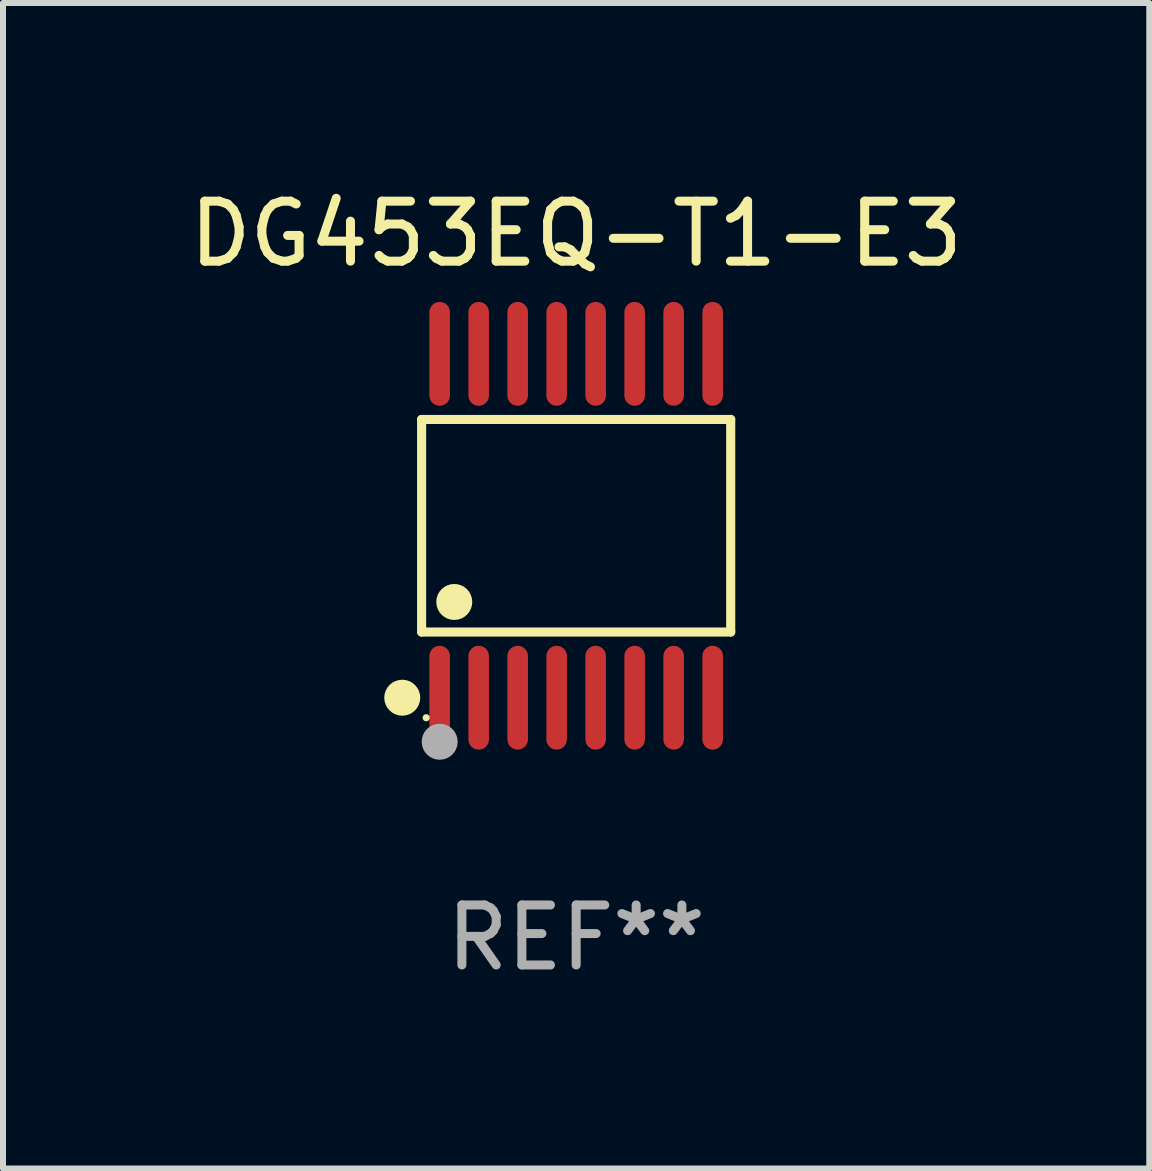
<source format=kicad_pcb>
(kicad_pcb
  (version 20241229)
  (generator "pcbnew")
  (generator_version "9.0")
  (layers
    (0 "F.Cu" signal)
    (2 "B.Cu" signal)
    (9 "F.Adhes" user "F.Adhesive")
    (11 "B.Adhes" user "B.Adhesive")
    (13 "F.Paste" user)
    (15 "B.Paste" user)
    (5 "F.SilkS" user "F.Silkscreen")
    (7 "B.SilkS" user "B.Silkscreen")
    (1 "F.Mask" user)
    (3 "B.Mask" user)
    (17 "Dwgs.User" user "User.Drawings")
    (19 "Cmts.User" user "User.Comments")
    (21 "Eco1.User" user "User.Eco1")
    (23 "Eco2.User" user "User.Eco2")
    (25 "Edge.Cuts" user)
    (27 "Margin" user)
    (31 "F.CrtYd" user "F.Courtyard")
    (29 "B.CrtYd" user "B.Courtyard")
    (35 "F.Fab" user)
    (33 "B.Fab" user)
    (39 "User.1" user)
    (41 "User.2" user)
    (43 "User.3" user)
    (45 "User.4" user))
  (footprint "DG453EQ-T1-E3"
    (layer "F.Cu")
    (at 6.554 5.714)
    (property "Reference" "DG453EQ-T1-E3" (at 0 -4.866 0) (layer "F.SilkS") (effects (font (size 1 1) (thickness 0.15))))
    (attr through_hole)
    (fp_line (start -2.576 -1.772) (end 2.576 -1.772) (stroke (width 0.152) (type solid)) (layer "F.SilkS"))
    (fp_line (start -2.576 1.771) (end -2.576 -1.772) (stroke (width 0.152) (type solid)) (layer "F.SilkS"))
    (fp_line (start 2.576 -1.772) (end 2.576 1.771) (stroke (width 0.152) (type solid)) (layer "F.SilkS"))
    (fp_line (start 2.576 1.771) (end -2.576 1.771) (stroke (width 0.152) (type solid)) (layer "F.SilkS"))
    (fp_circle (center -2.899 2.866) (end -2.749 2.866) (stroke (width 0.3) (type solid)) (fill no) (layer "F.SilkS"))
    (fp_circle (center -2.5 3.2) (end -2.47 3.2) (stroke (width 0.06) (type solid)) (fill no) (layer "F.SilkS"))
    (fp_circle (center -2.032 1.27) (end -1.882 1.27) (stroke (width 0.3) (type solid)) (fill no) (layer "F.SilkS"))
    (fp_circle (center -2.275 3.6) (end -2.125 3.6) (stroke (width 0.3) (type solid)) (fill no) (layer "F.Fab"))
    (fp_text user "REF**" (at 0 6.866 0) (layer "F.Fab") (effects (font (size 1 1) (thickness 0.15))))
    (pad "1" smd oval (at -2.275 2.866) (size 0.343 1.731) (layers "F.Cu" "F.Mask" "F.Paste"))
    (pad "2" smd oval (at -1.625 2.866) (size 0.343 1.731) (layers "F.Cu" "F.Mask" "F.Paste"))
    (pad "3" smd oval (at -0.975 2.866) (size 0.343 1.731) (layers "F.Cu" "F.Mask" "F.Paste"))
    (pad "4" smd oval (at -0.325 2.866) (size 0.343 1.731) (layers "F.Cu" "F.Mask" "F.Paste"))
    (pad "5" smd oval (at 0.325 2.866) (size 0.343 1.731) (layers "F.Cu" "F.Mask" "F.Paste"))
    (pad "6" smd oval (at 0.975 2.866) (size 0.343 1.731) (layers "F.Cu" "F.Mask" "F.Paste"))
    (pad "7" smd oval (at 1.625 2.866) (size 0.343 1.731) (layers "F.Cu" "F.Mask" "F.Paste"))
    (pad "8" smd oval (at 2.275 2.866) (size 0.343 1.731) (layers "F.Cu" "F.Mask" "F.Paste"))
    (pad "9" smd oval (at 2.275 -2.866) (size 0.343 1.731) (layers "F.Cu" "F.Mask" "F.Paste"))
    (pad "10" smd oval (at 1.625 -2.866) (size 0.343 1.731) (layers "F.Cu" "F.Mask" "F.Paste"))
    (pad "11" smd oval (at 0.975 -2.866) (size 0.343 1.731) (layers "F.Cu" "F.Mask" "F.Paste"))
    (pad "12" smd oval (at 0.325 -2.866) (size 0.343 1.731) (layers "F.Cu" "F.Mask" "F.Paste"))
    (pad "13" smd oval (at -0.325 -2.866) (size 0.343 1.731) (layers "F.Cu" "F.Mask" "F.Paste"))
    (pad "14" smd oval (at -0.975 -2.866) (size 0.343 1.731) (layers "F.Cu" "F.Mask" "F.Paste"))
    (pad "15" smd oval (at -1.625 -2.866) (size 0.343 1.731) (layers "F.Cu" "F.Mask" "F.Paste"))
    (pad "16" smd oval (at -2.275 -2.866) (size 0.343 1.731) (layers "F.Cu" "F.Mask" "F.Paste")))
  (gr_rect
    (start -3 -3)
    (end 16.107 16.428)
    (stroke (width 0.1) (type default))
    (fill no)
    (layer "Edge.Cuts")))
</source>
